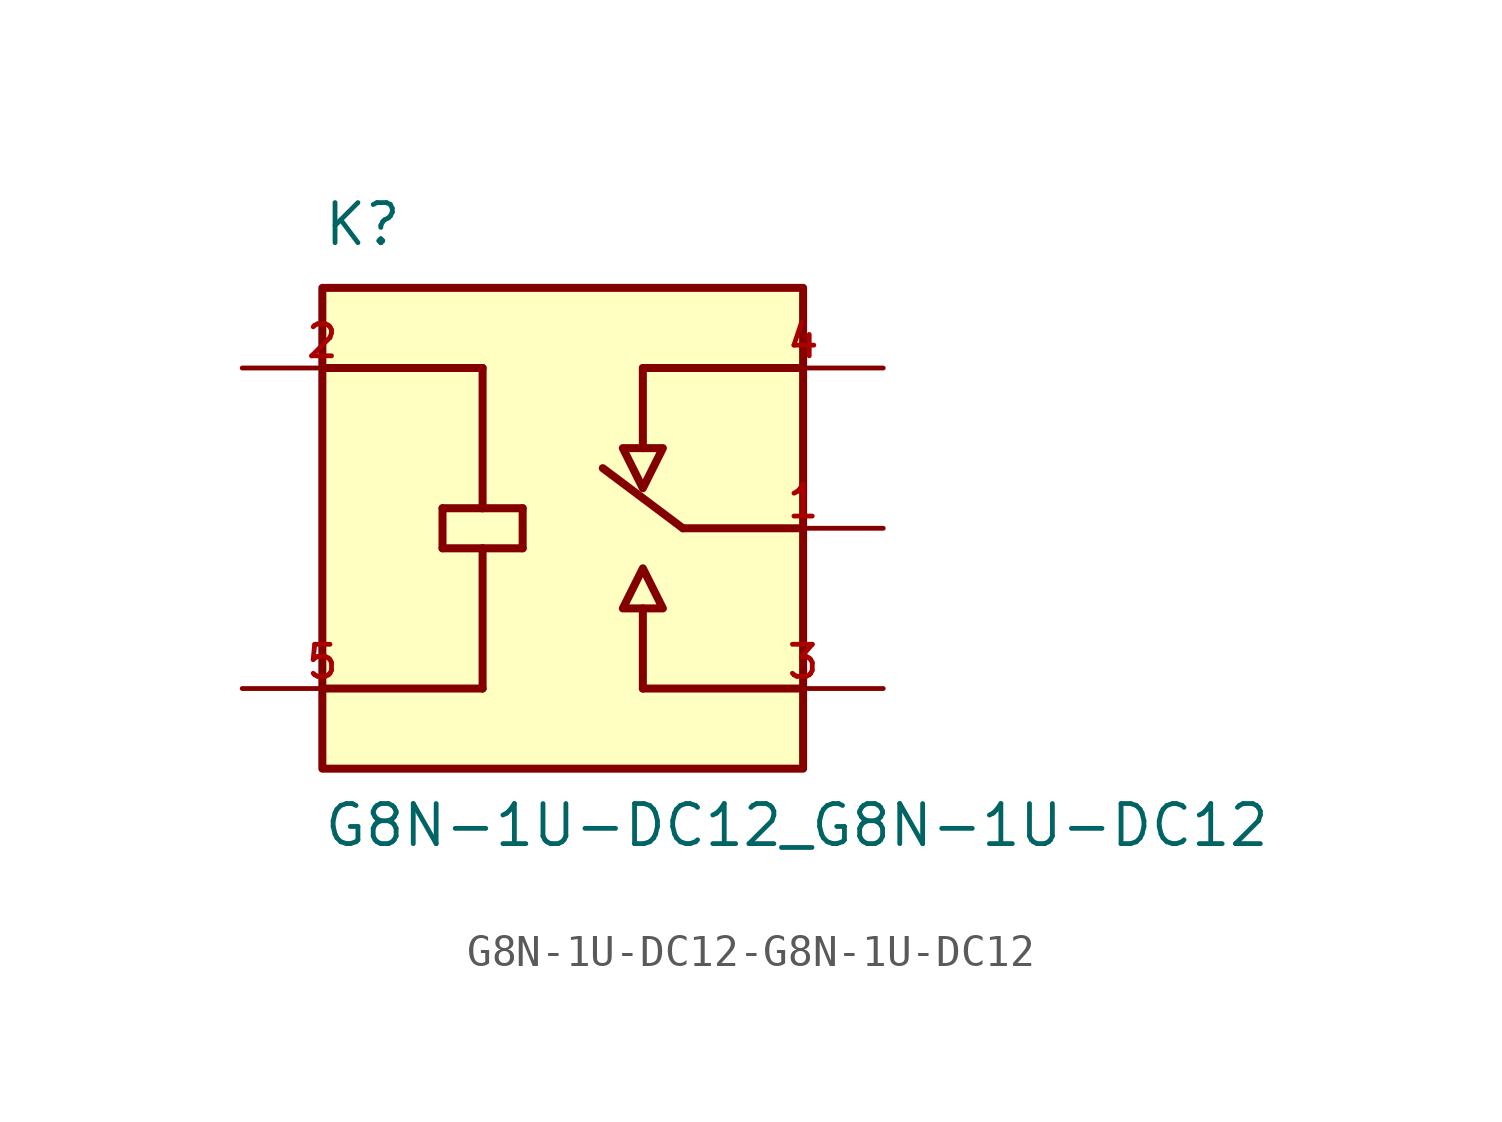
<source format=kicad_sym>
(kicad_symbol_lib
  (version 20220914)
  (generator kicad_symbol_editor)
  (symbol "G8N-1U-DC12-G8N-1U-DC12"
    (pin_names
      (offset 1.016) hide)
    (property "Reference" "K"
      (at -7.62 8.89 0)
      (effects (font (size 1.27 1.27)) (justify left bottom)))
    (property "Value" "G8N-1U-DC12_G8N-1U-DC12"
      (at -7.62 -10.16 0)
      (effects (font (size 1.27 1.27)) (justify left bottom)))
    (property "ki_locked" ""
      (at 0 0 0)
      (effects (font (size 1.27 1.27))))
    (symbol "G8N-1U-DC12-G8N-1U-DC12_0_0"
      (rectangle (start -7.62 -7.62) (end 7.62 7.62) (stroke (width 0.254) (type solid)) (fill (type background)))
      (polyline (pts (xy -7.62 -5.08) (xy -2.54 -5.08)) (stroke (width 0.254) (type solid)) (fill (type none)))
      (polyline (pts (xy -7.62 5.08) (xy -2.54 5.08)) (stroke (width 0.254) (type solid)) (fill (type none)))
      (polyline (pts (xy -3.81 -0.635) (xy -3.81 0.635)) (stroke (width 0.254) (type solid)) (fill (type none)))
      (polyline (pts (xy -3.81 0.635) (xy -2.54 0.635)) (stroke (width 0.254) (type solid)) (fill (type none)))
      (polyline (pts (xy -2.54 -0.635) (xy -3.81 -0.635)) (stroke (width 0.254) (type solid)) (fill (type none)))
      (polyline (pts (xy -2.54 -0.635) (xy -2.54 -5.08)) (stroke (width 0.254) (type solid)) (fill (type none)))
      (polyline (pts (xy -2.54 0.635) (xy -1.27 0.635)) (stroke (width 0.254) (type solid)) (fill (type none)))
      (polyline (pts (xy -2.54 5.08) (xy -2.54 0.635)) (stroke (width 0.254) (type solid)) (fill (type none)))
      (polyline (pts (xy -1.27 -0.635) (xy -2.54 -0.635)) (stroke (width 0.254) (type solid)) (fill (type none)))
      (polyline (pts (xy -1.27 0.635) (xy -1.27 -0.635)) (stroke (width 0.254) (type solid)) (fill (type none)))
      (polyline (pts (xy 2.54 -5.08) (xy 2.54 -2.54)) (stroke (width 0.254) (type solid)) (fill (type none)))
      (polyline (pts (xy 2.54 5.08) (xy 2.54 2.54)) (stroke (width 0.254) (type solid)) (fill (type none)))
      (polyline (pts (xy 2.54 5.08) (xy 7.62 5.08)) (stroke (width 0.254) (type solid)) (fill (type none)))
      (polyline (pts (xy 3.81 0) (xy 1.27 1.905)) (stroke (width 0.254) (type solid)) (fill (type none)))
      (polyline (pts (xy 7.62 -5.08) (xy 2.54 -5.08)) (stroke (width 0.254) (type solid)) (fill (type none)))
      (polyline (pts (xy 7.62 0) (xy 3.81 0)) (stroke (width 0.254) (type solid)) (fill (type none)))
      (polyline (pts (xy 1.905 -2.54) (xy 3.175 -2.54) (xy 2.54 -1.27) (xy 1.905 -2.54)) (stroke (width 0.254) (type solid)) (fill (type background)))
      (polyline (pts (xy 3.175 2.54) (xy 1.905 2.54) (xy 2.54 1.27) (xy 3.175 2.54)) (stroke (width 0.254) (type solid)) (fill (type background)))
      (pin passive line (at 10.16 0 180) (length 5.08) (name "~" (effects (font (size 1.016 1.016)))) (number "1" (effects (font (size 1.016 1.016)))))
      (pin passive line (at -10.16 5.08 0) (length 5.08) (name "~" (effects (font (size 1.016 1.016)))) (number "2" (effects (font (size 1.016 1.016)))))
      (pin passive line (at 10.16 -5.08 180) (length 5.08) (name "~" (effects (font (size 1.016 1.016)))) (number "3" (effects (font (size 1.016 1.016)))))
      (pin passive line (at 10.16 5.08 180) (length 5.08) (name "~" (effects (font (size 1.016 1.016)))) (number "4" (effects (font (size 1.016 1.016)))))
      (pin passive line (at -10.16 -5.08 0) (length 5.08) (name "~" (effects (font (size 1.016 1.016)))) (number "5" (effects (font (size 1.016 1.016))))))))
</source>
